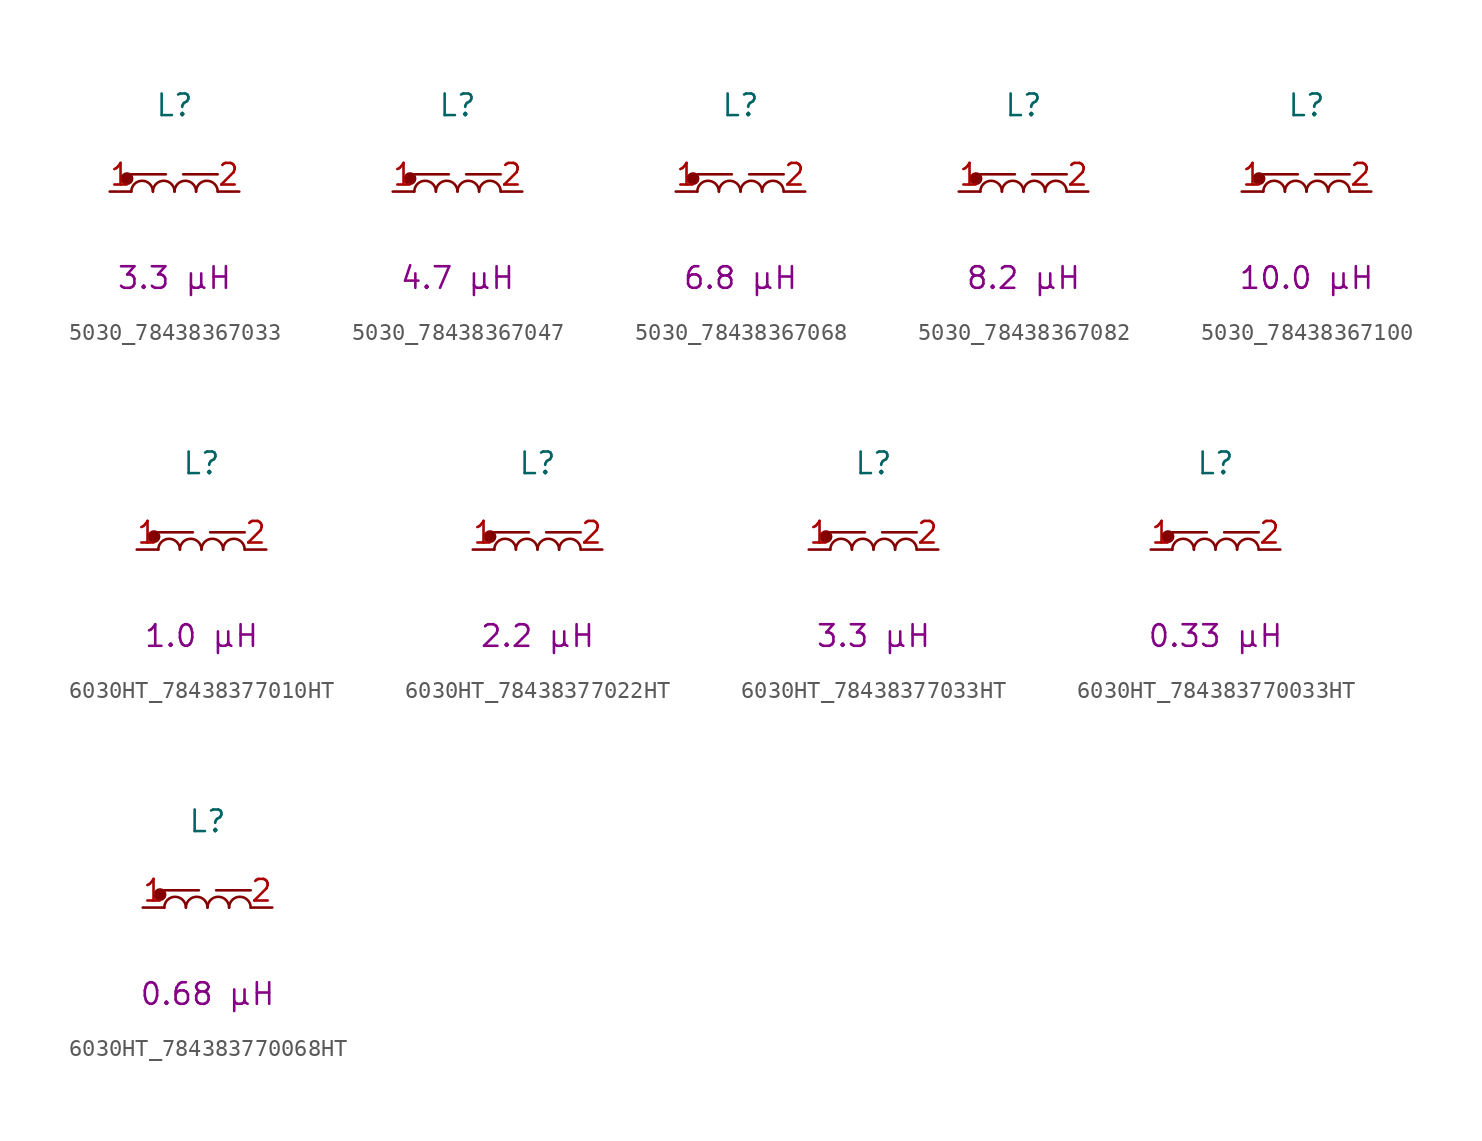
<source format=kicad_sym>
(kicad_symbol_lib
  (version 20220914)
  (generator kicad_symbol_editor)
  (symbol "5030_78438367033"
    (pin_names hide)
    (property "Reference" "L"
      (at 0 5.08 0)
      (effects (font (size 1.27 1.27))))
    (property "Critical Parameter" "3.3 µH"
      (at 0 -5.08 0)
      (effects (font (size 1.27 1.27))))
    (symbol "5030_78438367033_0_1"
      (arc (start -1.27 0) (mid -1.905 0.6323) (end -2.54 0) (stroke (width 0) (type default)) (fill (type none)))
      (arc (start 0 0) (mid -0.635 0.6323) (end -1.27 0) (stroke (width 0) (type default)) (fill (type none)))
      (polyline (pts (xy -2.54 1.016) (xy -0.508 1.016)) (stroke (width 0) (type default)) (fill (type none)))
      (arc (start 1.27 0) (mid 0.635 0.6323) (end 0 0) (stroke (width 0) (type default)) (fill (type none)))
      (arc (start 2.54 0) (mid 1.905 0.6323) (end 1.27 0) (stroke (width 0) (type default)) (fill (type none))))
    (symbol "5030_78438367033_1_1"
      (circle (center -2.794 0.762) (radius 0.0001) (stroke (width 0.381) (type default)) (fill (type none)))
      (polyline (pts (xy 2.54 1.016) (xy 0.508 1.016)) (stroke (width 0) (type default)) (fill (type none)))
      (pin passive line (at -3.81 0 0) (length 1.27) (name "1" (effects (font (size 1.27 1.27)))) (number "1" (effects (font (size 1.27 1.27)))))
      (pin passive line (at 3.81 0 180) (length 1.27) (name "2" (effects (font (size 1.27 1.27)))) (number "2" (effects (font (size 1.27 1.27)))))))
  (symbol "5030_78438367047"
    (pin_names hide)
    (property "Reference" "L"
      (at 0 5.08 0)
      (effects (font (size 1.27 1.27))))
    (property "Critical Parameter" "4.7 µH"
      (at 0 -5.08 0)
      (effects (font (size 1.27 1.27))))
    (symbol "5030_78438367047_0_1"
      (arc (start -1.27 0) (mid -1.905 0.6323) (end -2.54 0) (stroke (width 0) (type default)) (fill (type none)))
      (arc (start 0 0) (mid -0.635 0.6323) (end -1.27 0) (stroke (width 0) (type default)) (fill (type none)))
      (polyline (pts (xy -2.54 1.016) (xy -0.508 1.016)) (stroke (width 0) (type default)) (fill (type none)))
      (arc (start 1.27 0) (mid 0.635 0.6323) (end 0 0) (stroke (width 0) (type default)) (fill (type none)))
      (arc (start 2.54 0) (mid 1.905 0.6323) (end 1.27 0) (stroke (width 0) (type default)) (fill (type none))))
    (symbol "5030_78438367047_1_1"
      (circle (center -2.794 0.762) (radius 0.0001) (stroke (width 0.381) (type default)) (fill (type none)))
      (polyline (pts (xy 2.54 1.016) (xy 0.508 1.016)) (stroke (width 0) (type default)) (fill (type none)))
      (pin passive line (at -3.81 0 0) (length 1.27) (name "1" (effects (font (size 1.27 1.27)))) (number "1" (effects (font (size 1.27 1.27)))))
      (pin passive line (at 3.81 0 180) (length 1.27) (name "2" (effects (font (size 1.27 1.27)))) (number "2" (effects (font (size 1.27 1.27)))))))
  (symbol "5030_78438367068"
    (pin_names hide)
    (property "Reference" "L"
      (at 0 5.08 0)
      (effects (font (size 1.27 1.27))))
    (property "Critical Parameter" "6.8 µH"
      (at 0 -5.08 0)
      (effects (font (size 1.27 1.27))))
    (symbol "5030_78438367068_0_1"
      (arc (start -1.27 0) (mid -1.905 0.6323) (end -2.54 0) (stroke (width 0) (type default)) (fill (type none)))
      (arc (start 0 0) (mid -0.635 0.6323) (end -1.27 0) (stroke (width 0) (type default)) (fill (type none)))
      (polyline (pts (xy -2.54 1.016) (xy -0.508 1.016)) (stroke (width 0) (type default)) (fill (type none)))
      (arc (start 1.27 0) (mid 0.635 0.6323) (end 0 0) (stroke (width 0) (type default)) (fill (type none)))
      (arc (start 2.54 0) (mid 1.905 0.6323) (end 1.27 0) (stroke (width 0) (type default)) (fill (type none))))
    (symbol "5030_78438367068_1_1"
      (circle (center -2.794 0.762) (radius 0.0001) (stroke (width 0.381) (type default)) (fill (type none)))
      (polyline (pts (xy 2.54 1.016) (xy 0.508 1.016)) (stroke (width 0) (type default)) (fill (type none)))
      (pin passive line (at -3.81 0 0) (length 1.27) (name "1" (effects (font (size 1.27 1.27)))) (number "1" (effects (font (size 1.27 1.27)))))
      (pin passive line (at 3.81 0 180) (length 1.27) (name "2" (effects (font (size 1.27 1.27)))) (number "2" (effects (font (size 1.27 1.27)))))))
  (symbol "5030_78438367082"
    (pin_names hide)
    (property "Reference" "L"
      (at 0 5.08 0)
      (effects (font (size 1.27 1.27))))
    (property "Critical Parameter" "8.2 µH"
      (at 0 -5.08 0)
      (effects (font (size 1.27 1.27))))
    (symbol "5030_78438367082_0_1"
      (arc (start -1.27 0) (mid -1.905 0.6323) (end -2.54 0) (stroke (width 0) (type default)) (fill (type none)))
      (arc (start 0 0) (mid -0.635 0.6323) (end -1.27 0) (stroke (width 0) (type default)) (fill (type none)))
      (polyline (pts (xy -2.54 1.016) (xy -0.508 1.016)) (stroke (width 0) (type default)) (fill (type none)))
      (arc (start 1.27 0) (mid 0.635 0.6323) (end 0 0) (stroke (width 0) (type default)) (fill (type none)))
      (arc (start 2.54 0) (mid 1.905 0.6323) (end 1.27 0) (stroke (width 0) (type default)) (fill (type none))))
    (symbol "5030_78438367082_1_1"
      (circle (center -2.794 0.762) (radius 0.0001) (stroke (width 0.381) (type default)) (fill (type none)))
      (polyline (pts (xy 2.54 1.016) (xy 0.508 1.016)) (stroke (width 0) (type default)) (fill (type none)))
      (pin passive line (at -3.81 0 0) (length 1.27) (name "1" (effects (font (size 1.27 1.27)))) (number "1" (effects (font (size 1.27 1.27)))))
      (pin passive line (at 3.81 0 180) (length 1.27) (name "2" (effects (font (size 1.27 1.27)))) (number "2" (effects (font (size 1.27 1.27)))))))
  (symbol "5030_78438367100"
    (pin_names hide)
    (property "Reference" "L"
      (at 0 5.08 0)
      (effects (font (size 1.27 1.27))))
    (property "Critical Parameter" "10.0 µH"
      (at 0 -5.08 0)
      (effects (font (size 1.27 1.27))))
    (symbol "5030_78438367100_0_1"
      (arc (start -1.27 0) (mid -1.905 0.6323) (end -2.54 0) (stroke (width 0) (type default)) (fill (type none)))
      (arc (start 0 0) (mid -0.635 0.6323) (end -1.27 0) (stroke (width 0) (type default)) (fill (type none)))
      (polyline (pts (xy -2.54 1.016) (xy -0.508 1.016)) (stroke (width 0) (type default)) (fill (type none)))
      (arc (start 1.27 0) (mid 0.635 0.6323) (end 0 0) (stroke (width 0) (type default)) (fill (type none)))
      (arc (start 2.54 0) (mid 1.905 0.6323) (end 1.27 0) (stroke (width 0) (type default)) (fill (type none))))
    (symbol "5030_78438367100_1_1"
      (circle (center -2.794 0.762) (radius 0.0001) (stroke (width 0.381) (type default)) (fill (type none)))
      (polyline (pts (xy 2.54 1.016) (xy 0.508 1.016)) (stroke (width 0) (type default)) (fill (type none)))
      (pin passive line (at -3.81 0 0) (length 1.27) (name "1" (effects (font (size 1.27 1.27)))) (number "1" (effects (font (size 1.27 1.27)))))
      (pin passive line (at 3.81 0 180) (length 1.27) (name "2" (effects (font (size 1.27 1.27)))) (number "2" (effects (font (size 1.27 1.27)))))))
  (symbol "6030HT_78438377010HT"
    (pin_names hide)
    (property "Reference" "L"
      (at 0 5.08 0)
      (effects (font (size 1.27 1.27))))
    (property "Critical Parameter" "1.0 µH"
      (at 0 -5.08 0)
      (effects (font (size 1.27 1.27))))
    (symbol "6030HT_78438377010HT_0_1"
      (arc (start -1.27 0) (mid -1.905 0.6323) (end -2.54 0) (stroke (width 0) (type default)) (fill (type none)))
      (arc (start 0 0) (mid -0.635 0.6323) (end -1.27 0) (stroke (width 0) (type default)) (fill (type none)))
      (polyline (pts (xy -2.54 1.016) (xy -0.508 1.016)) (stroke (width 0) (type default)) (fill (type none)))
      (arc (start 1.27 0) (mid 0.635 0.6323) (end 0 0) (stroke (width 0) (type default)) (fill (type none)))
      (arc (start 2.54 0) (mid 1.905 0.6323) (end 1.27 0) (stroke (width 0) (type default)) (fill (type none))))
    (symbol "6030HT_78438377010HT_1_1"
      (circle (center -2.794 0.762) (radius 0.0001) (stroke (width 0.381) (type default)) (fill (type none)))
      (polyline (pts (xy 2.54 1.016) (xy 0.508 1.016)) (stroke (width 0) (type default)) (fill (type none)))
      (pin passive line (at -3.81 0 0) (length 1.27) (name "1" (effects (font (size 1.27 1.27)))) (number "1" (effects (font (size 1.27 1.27)))))
      (pin passive line (at 3.81 0 180) (length 1.27) (name "2" (effects (font (size 1.27 1.27)))) (number "2" (effects (font (size 1.27 1.27)))))))
  (symbol "6030HT_78438377022HT"
    (pin_names hide)
    (property "Reference" "L"
      (at 0 5.08 0)
      (effects (font (size 1.27 1.27))))
    (property "Critical Parameter" "2.2 µH"
      (at 0 -5.08 0)
      (effects (font (size 1.27 1.27))))
    (symbol "6030HT_78438377022HT_0_1"
      (arc (start -1.27 0) (mid -1.905 0.6323) (end -2.54 0) (stroke (width 0) (type default)) (fill (type none)))
      (arc (start 0 0) (mid -0.635 0.6323) (end -1.27 0) (stroke (width 0) (type default)) (fill (type none)))
      (polyline (pts (xy -2.54 1.016) (xy -0.508 1.016)) (stroke (width 0) (type default)) (fill (type none)))
      (arc (start 1.27 0) (mid 0.635 0.6323) (end 0 0) (stroke (width 0) (type default)) (fill (type none)))
      (arc (start 2.54 0) (mid 1.905 0.6323) (end 1.27 0) (stroke (width 0) (type default)) (fill (type none))))
    (symbol "6030HT_78438377022HT_1_1"
      (circle (center -2.794 0.762) (radius 0.0001) (stroke (width 0.381) (type default)) (fill (type none)))
      (polyline (pts (xy 2.54 1.016) (xy 0.508 1.016)) (stroke (width 0) (type default)) (fill (type none)))
      (pin passive line (at -3.81 0 0) (length 1.27) (name "1" (effects (font (size 1.27 1.27)))) (number "1" (effects (font (size 1.27 1.27)))))
      (pin passive line (at 3.81 0 180) (length 1.27) (name "2" (effects (font (size 1.27 1.27)))) (number "2" (effects (font (size 1.27 1.27)))))))
  (symbol "6030HT_78438377033HT"
    (pin_names hide)
    (property "Reference" "L"
      (at 0 5.08 0)
      (effects (font (size 1.27 1.27))))
    (property "Critical Parameter" "3.3 µH"
      (at 0 -5.08 0)
      (effects (font (size 1.27 1.27))))
    (symbol "6030HT_78438377033HT_0_1"
      (arc (start -1.27 0) (mid -1.905 0.6323) (end -2.54 0) (stroke (width 0) (type default)) (fill (type none)))
      (arc (start 0 0) (mid -0.635 0.6323) (end -1.27 0) (stroke (width 0) (type default)) (fill (type none)))
      (polyline (pts (xy -2.54 1.016) (xy -0.508 1.016)) (stroke (width 0) (type default)) (fill (type none)))
      (arc (start 1.27 0) (mid 0.635 0.6323) (end 0 0) (stroke (width 0) (type default)) (fill (type none)))
      (arc (start 2.54 0) (mid 1.905 0.6323) (end 1.27 0) (stroke (width 0) (type default)) (fill (type none))))
    (symbol "6030HT_78438377033HT_1_1"
      (circle (center -2.794 0.762) (radius 0.0001) (stroke (width 0.381) (type default)) (fill (type none)))
      (polyline (pts (xy 2.54 1.016) (xy 0.508 1.016)) (stroke (width 0) (type default)) (fill (type none)))
      (pin passive line (at -3.81 0 0) (length 1.27) (name "1" (effects (font (size 1.27 1.27)))) (number "1" (effects (font (size 1.27 1.27)))))
      (pin passive line (at 3.81 0 180) (length 1.27) (name "2" (effects (font (size 1.27 1.27)))) (number "2" (effects (font (size 1.27 1.27)))))))
  (symbol "6030HT_784383770033HT"
    (pin_names hide)
    (property "Reference" "L"
      (at 0 5.08 0)
      (effects (font (size 1.27 1.27))))
    (property "Critical Parameter" "0.33 µH"
      (at 0 -5.08 0)
      (effects (font (size 1.27 1.27))))
    (symbol "6030HT_784383770033HT_0_1"
      (arc (start -1.27 0) (mid -1.905 0.6323) (end -2.54 0) (stroke (width 0) (type default)) (fill (type none)))
      (arc (start 0 0) (mid -0.635 0.6323) (end -1.27 0) (stroke (width 0) (type default)) (fill (type none)))
      (polyline (pts (xy -2.54 1.016) (xy -0.508 1.016)) (stroke (width 0) (type default)) (fill (type none)))
      (arc (start 1.27 0) (mid 0.635 0.6323) (end 0 0) (stroke (width 0) (type default)) (fill (type none)))
      (arc (start 2.54 0) (mid 1.905 0.6323) (end 1.27 0) (stroke (width 0) (type default)) (fill (type none))))
    (symbol "6030HT_784383770033HT_1_1"
      (circle (center -2.794 0.762) (radius 0.0001) (stroke (width 0.381) (type default)) (fill (type none)))
      (polyline (pts (xy 2.54 1.016) (xy 0.508 1.016)) (stroke (width 0) (type default)) (fill (type none)))
      (pin passive line (at -3.81 0 0) (length 1.27) (name "1" (effects (font (size 1.27 1.27)))) (number "1" (effects (font (size 1.27 1.27)))))
      (pin passive line (at 3.81 0 180) (length 1.27) (name "2" (effects (font (size 1.27 1.27)))) (number "2" (effects (font (size 1.27 1.27)))))))
  (symbol "6030HT_784383770068HT"
    (pin_names hide)
    (property "Reference" "L"
      (at 0 5.08 0)
      (effects (font (size 1.27 1.27))))
    (property "Critical Parameter" "0.68 µH"
      (at 0 -5.08 0)
      (effects (font (size 1.27 1.27))))
    (symbol "6030HT_784383770068HT_0_1"
      (arc (start -1.27 0) (mid -1.905 0.6323) (end -2.54 0) (stroke (width 0) (type default)) (fill (type none)))
      (arc (start 0 0) (mid -0.635 0.6323) (end -1.27 0) (stroke (width 0) (type default)) (fill (type none)))
      (polyline (pts (xy -2.54 1.016) (xy -0.508 1.016)) (stroke (width 0) (type default)) (fill (type none)))
      (arc (start 1.27 0) (mid 0.635 0.6323) (end 0 0) (stroke (width 0) (type default)) (fill (type none)))
      (arc (start 2.54 0) (mid 1.905 0.6323) (end 1.27 0) (stroke (width 0) (type default)) (fill (type none))))
    (symbol "6030HT_784383770068HT_1_1"
      (circle (center -2.794 0.762) (radius 0.0001) (stroke (width 0.381) (type default)) (fill (type none)))
      (polyline (pts (xy 2.54 1.016) (xy 0.508 1.016)) (stroke (width 0) (type default)) (fill (type none)))
      (pin passive line (at -3.81 0 0) (length 1.27) (name "1" (effects (font (size 1.27 1.27)))) (number "1" (effects (font (size 1.27 1.27)))))
      (pin passive line (at 3.81 0 180) (length 1.27) (name "2" (effects (font (size 1.27 1.27)))) (number "2" (effects (font (size 1.27 1.27))))))))
</source>
